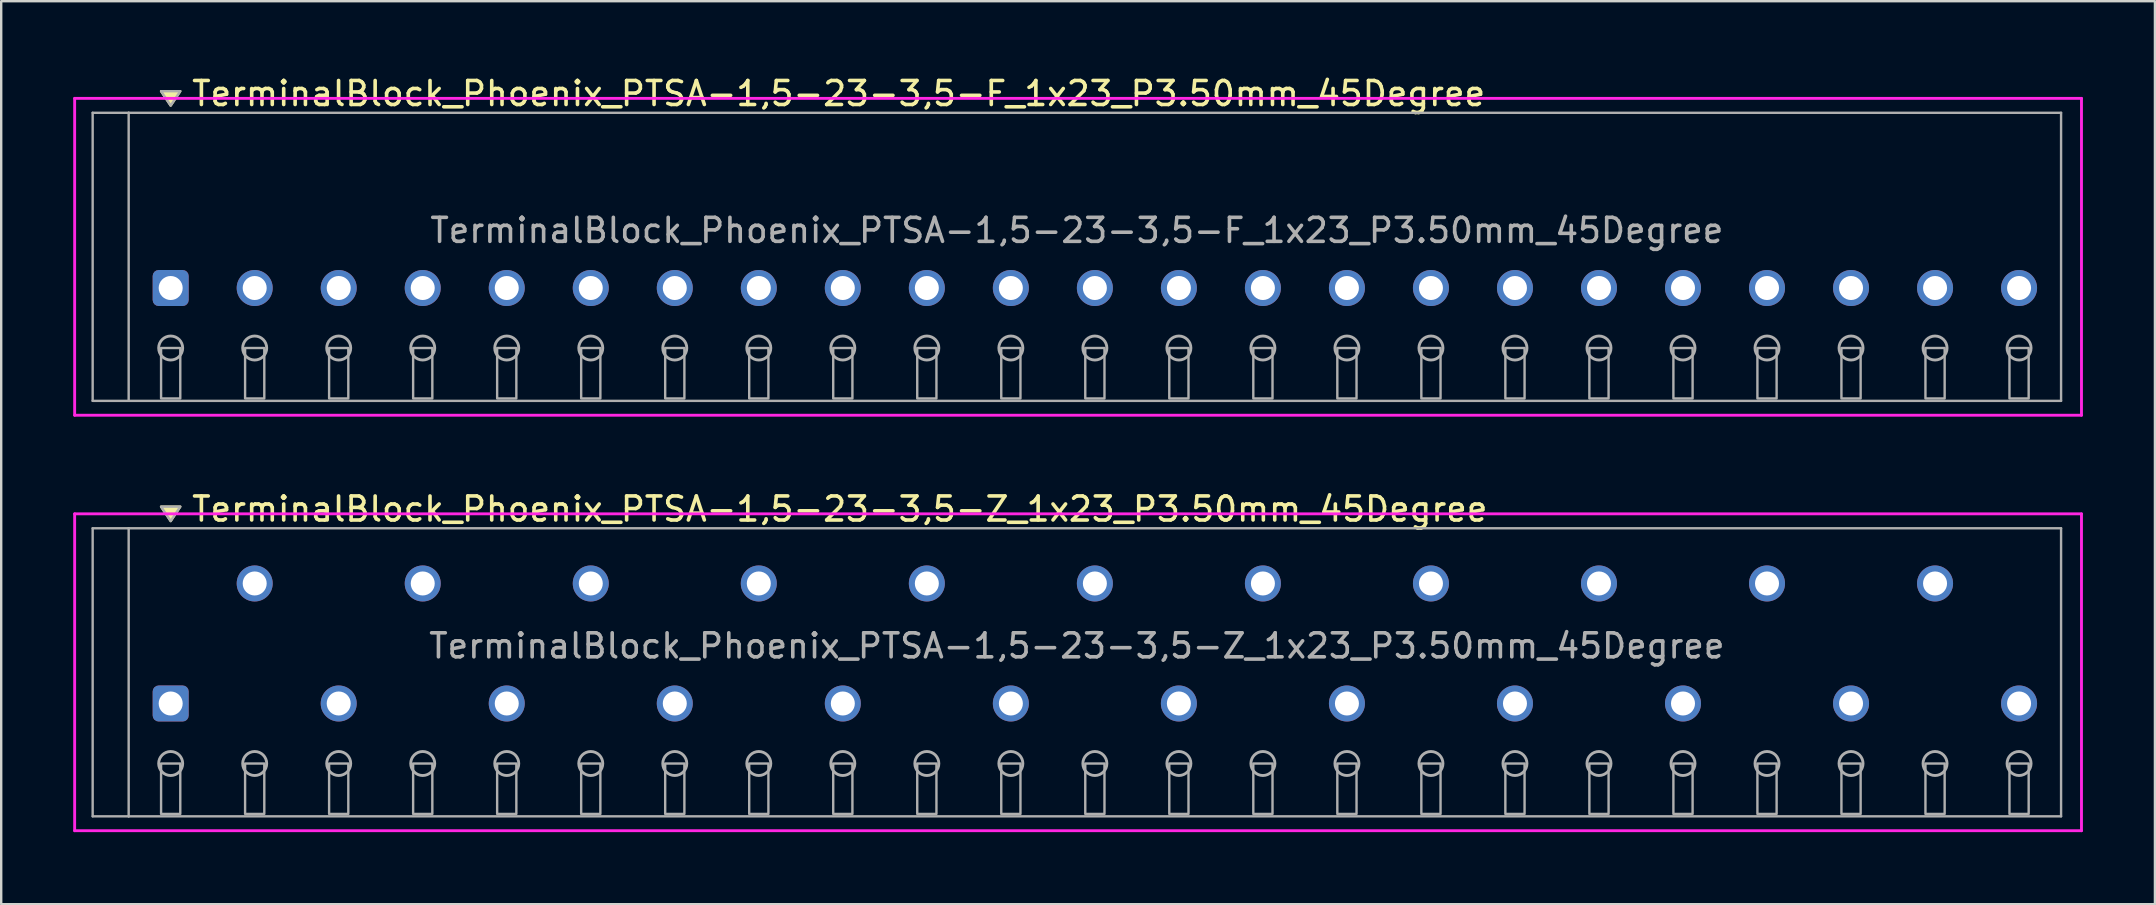
<source format=kicad_pcb>
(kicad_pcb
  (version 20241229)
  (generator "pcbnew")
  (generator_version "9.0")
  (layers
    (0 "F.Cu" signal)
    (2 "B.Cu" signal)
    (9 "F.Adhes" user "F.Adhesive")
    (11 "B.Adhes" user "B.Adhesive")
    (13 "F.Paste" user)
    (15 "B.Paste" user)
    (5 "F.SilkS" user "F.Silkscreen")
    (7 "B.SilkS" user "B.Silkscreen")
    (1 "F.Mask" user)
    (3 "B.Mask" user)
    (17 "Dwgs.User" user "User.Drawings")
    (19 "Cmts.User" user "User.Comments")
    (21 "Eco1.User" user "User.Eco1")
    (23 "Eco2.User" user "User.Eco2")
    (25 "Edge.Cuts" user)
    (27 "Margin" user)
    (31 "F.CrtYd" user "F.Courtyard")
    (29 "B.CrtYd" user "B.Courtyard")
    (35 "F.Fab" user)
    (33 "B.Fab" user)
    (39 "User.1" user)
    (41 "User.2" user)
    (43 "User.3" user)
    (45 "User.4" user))
  (footprint "TerminalBlock_Phoenix_PTSA-1,5-23-3,5-F_1x23_P3.50mm_45Degree"
    (layer "F.Cu")
    (at 4.06 8.948)
    (property "Reference" "TerminalBlock_Phoenix_PTSA-1,5-23-3,5-F_1x23_P3.50mm_45Degree" (at 0.8 -8.1 0) (layer "F.SilkS") (effects (font (size 1 1) (thickness 0.15)) (justify left)))
    (attr through_hole)
    (fp_poly (pts (xy 0 -7.6) (xy -0.4 -8.2) (xy 0.4 -8.2)) (stroke (width 0.1) (type solid)) (fill yes) (layer "F.SilkS"))
    (fp_line (start -4 -7.9) (end 79.6 -7.9) (stroke (width 0.12) (type solid)) (layer "F.CrtYd"))
    (fp_line (start -4 5.3) (end -4 -7.9) (stroke (width 0.12) (type solid)) (layer "F.CrtYd"))
    (fp_line (start 79.6 -7.9) (end 79.6 5.3) (stroke (width 0.12) (type solid)) (layer "F.CrtYd"))
    (fp_line (start 79.6 5.3) (end -4 5.3) (stroke (width 0.12) (type solid)) (layer "F.CrtYd"))
    (fp_line (start -3.25 -7.3) (end -1.75 -7.3) (stroke (width 0.1) (type solid)) (layer "F.Fab"))
    (fp_line (start -3.25 4.7) (end -3.25 -7.3) (stroke (width 0.1) (type solid)) (layer "F.Fab"))
    (fp_line (start -1.75 -7.3) (end -1.75 4.7) (stroke (width 0.1) (type solid)) (layer "F.Fab"))
    (fp_line (start -1.75 4.7) (end -3.25 4.7) (stroke (width 0.1) (type solid)) (layer "F.Fab"))
    (fp_line (start -1.75 4.7) (end 78.75 4.7) (stroke (width 0.1) (type solid)) (layer "F.Fab"))
    (fp_line (start 78.75 -7.3) (end -1.75 -7.3) (stroke (width 0.1) (type solid)) (layer "F.Fab"))
    (fp_line (start 78.75 4.7) (end 78.75 -7.3) (stroke (width 0.1) (type solid)) (layer "F.Fab"))
    (fp_circle (center 0 2.5) (end -0.5 2.5) (stroke (width 0.12) (type solid)) (fill no) (layer "F.Fab"))
    (fp_circle (center 3.5 2.5) (end 3 2.5) (stroke (width 0.12) (type solid)) (fill no) (layer "F.Fab"))
    (fp_circle (center 7 2.5) (end 6.5 2.5) (stroke (width 0.12) (type solid)) (fill no) (layer "F.Fab"))
    (fp_circle (center 10.5 2.5) (end 10 2.5) (stroke (width 0.12) (type solid)) (fill no) (layer "F.Fab"))
    (fp_circle (center 14 2.5) (end 13.5 2.5) (stroke (width 0.12) (type solid)) (fill no) (layer "F.Fab"))
    (fp_circle (center 17.5 2.5) (end 17 2.5) (stroke (width 0.12) (type solid)) (fill no) (layer "F.Fab"))
    (fp_circle (center 21 2.5) (end 20.5 2.5) (stroke (width 0.12) (type solid)) (fill no) (layer "F.Fab"))
    (fp_circle (center 24.5 2.5) (end 24 2.5) (stroke (width 0.12) (type solid)) (fill no) (layer "F.Fab"))
    (fp_circle (center 28 2.5) (end 27.5 2.5) (stroke (width 0.12) (type solid)) (fill no) (layer "F.Fab"))
    (fp_circle (center 31.5 2.5) (end 31 2.5) (stroke (width 0.12) (type solid)) (fill no) (layer "F.Fab"))
    (fp_circle (center 35 2.5) (end 34.5 2.5) (stroke (width 0.12) (type solid)) (fill no) (layer "F.Fab"))
    (fp_circle (center 38.5 2.5) (end 38 2.5) (stroke (width 0.12) (type solid)) (fill no) (layer "F.Fab"))
    (fp_circle (center 42 2.5) (end 41.5 2.5) (stroke (width 0.12) (type solid)) (fill no) (layer "F.Fab"))
    (fp_circle (center 45.5 2.5) (end 45 2.5) (stroke (width 0.12) (type solid)) (fill no) (layer "F.Fab"))
    (fp_circle (center 49 2.5) (end 48.5 2.5) (stroke (width 0.12) (type solid)) (fill no) (layer "F.Fab"))
    (fp_circle (center 52.5 2.5) (end 52 2.5) (stroke (width 0.12) (type solid)) (fill no) (layer "F.Fab"))
    (fp_circle (center 56 2.5) (end 55.5 2.5) (stroke (width 0.12) (type solid)) (fill no) (layer "F.Fab"))
    (fp_circle (center 59.5 2.5) (end 59 2.5) (stroke (width 0.12) (type solid)) (fill no) (layer "F.Fab"))
    (fp_circle (center 63 2.5) (end 62.5 2.5) (stroke (width 0.12) (type solid)) (fill no) (layer "F.Fab"))
    (fp_circle (center 66.5 2.5) (end 66 2.5) (stroke (width 0.12) (type solid)) (fill no) (layer "F.Fab"))
    (fp_circle (center 70 2.5) (end 69.5 2.5) (stroke (width 0.12) (type solid)) (fill no) (layer "F.Fab"))
    (fp_circle (center 73.5 2.5) (end 73 2.5) (stroke (width 0.12) (type solid)) (fill no) (layer "F.Fab"))
    (fp_circle (center 77 2.5) (end 76.5 2.5) (stroke (width 0.12) (type solid)) (fill no) (layer "F.Fab"))
    (fp_poly (pts (xy 0 -7.6) (xy -0.4 -8.2) (xy 0.4 -8.2)) (stroke (width 0.1) (type solid)) (fill no) (layer "F.Fab"))
    (fp_poly (pts (xy -0.4 2.5) (xy -0.4 4.6) (xy 0.4 4.6) (xy 0.4 2.5)) (stroke (width 0.1) (type solid)) (fill no) (layer "F.Fab"))
    (fp_poly (pts (xy 3.1 2.5) (xy 3.1 4.6) (xy 3.9 4.6) (xy 3.9 2.5)) (stroke (width 0.1) (type solid)) (fill no) (layer "F.Fab"))
    (fp_poly (pts (xy 6.6 2.5) (xy 6.6 4.6) (xy 7.4 4.6) (xy 7.4 2.5)) (stroke (width 0.1) (type solid)) (fill no) (layer "F.Fab"))
    (fp_poly (pts (xy 10.1 2.5) (xy 10.1 4.6) (xy 10.9 4.6) (xy 10.9 2.5)) (stroke (width 0.1) (type solid)) (fill no) (layer "F.Fab"))
    (fp_poly (pts (xy 13.6 2.5) (xy 13.6 4.6) (xy 14.4 4.6) (xy 14.4 2.5)) (stroke (width 0.1) (type solid)) (fill no) (layer "F.Fab"))
    (fp_poly (pts (xy 17.1 2.5) (xy 17.1 4.6) (xy 17.9 4.6) (xy 17.9 2.5)) (stroke (width 0.1) (type solid)) (fill no) (layer "F.Fab"))
    (fp_poly (pts (xy 20.6 2.5) (xy 20.6 4.6) (xy 21.4 4.6) (xy 21.4 2.5)) (stroke (width 0.1) (type solid)) (fill no) (layer "F.Fab"))
    (fp_poly (pts (xy 24.1 2.5) (xy 24.1 4.6) (xy 24.9 4.6) (xy 24.9 2.5)) (stroke (width 0.1) (type solid)) (fill no) (layer "F.Fab"))
    (fp_poly (pts (xy 27.6 2.5) (xy 27.6 4.6) (xy 28.4 4.6) (xy 28.4 2.5)) (stroke (width 0.1) (type solid)) (fill no) (layer "F.Fab"))
    (fp_poly (pts (xy 31.1 2.5) (xy 31.1 4.6) (xy 31.9 4.6) (xy 31.9 2.5)) (stroke (width 0.1) (type solid)) (fill no) (layer "F.Fab"))
    (fp_poly (pts (xy 34.6 2.5) (xy 34.6 4.6) (xy 35.4 4.6) (xy 35.4 2.5)) (stroke (width 0.1) (type solid)) (fill no) (layer "F.Fab"))
    (fp_poly (pts (xy 38.1 2.5) (xy 38.1 4.6) (xy 38.9 4.6) (xy 38.9 2.5)) (stroke (width 0.1) (type solid)) (fill no) (layer "F.Fab"))
    (fp_poly (pts (xy 41.6 2.5) (xy 41.6 4.6) (xy 42.4 4.6) (xy 42.4 2.5)) (stroke (width 0.1) (type solid)) (fill no) (layer "F.Fab"))
    (fp_poly (pts (xy 45.1 2.5) (xy 45.1 4.6) (xy 45.9 4.6) (xy 45.9 2.5)) (stroke (width 0.1) (type solid)) (fill no) (layer "F.Fab"))
    (fp_poly (pts (xy 48.6 2.5) (xy 48.6 4.6) (xy 49.4 4.6) (xy 49.4 2.5)) (stroke (width 0.1) (type solid)) (fill no) (layer "F.Fab"))
    (fp_poly (pts (xy 52.1 2.5) (xy 52.1 4.6) (xy 52.9 4.6) (xy 52.9 2.5)) (stroke (width 0.1) (type solid)) (fill no) (layer "F.Fab"))
    (fp_poly (pts (xy 55.6 2.5) (xy 55.6 4.6) (xy 56.4 4.6) (xy 56.4 2.5)) (stroke (width 0.1) (type solid)) (fill no) (layer "F.Fab"))
    (fp_poly (pts (xy 59.1 2.5) (xy 59.1 4.6) (xy 59.9 4.6) (xy 59.9 2.5)) (stroke (width 0.1) (type solid)) (fill no) (layer "F.Fab"))
    (fp_poly (pts (xy 62.6 2.5) (xy 62.6 4.6) (xy 63.4 4.6) (xy 63.4 2.5)) (stroke (width 0.1) (type solid)) (fill no) (layer "F.Fab"))
    (fp_poly (pts (xy 66.1 2.5) (xy 66.1 4.6) (xy 66.9 4.6) (xy 66.9 2.5)) (stroke (width 0.1) (type solid)) (fill no) (layer "F.Fab"))
    (fp_poly (pts (xy 69.6 2.5) (xy 69.6 4.6) (xy 70.4 4.6) (xy 70.4 2.5)) (stroke (width 0.1) (type solid)) (fill no) (layer "F.Fab"))
    (fp_poly (pts (xy 73.1 2.5) (xy 73.1 4.6) (xy 73.9 4.6) (xy 73.9 2.5)) (stroke (width 0.1) (type solid)) (fill no) (layer "F.Fab"))
    (fp_poly (pts (xy 76.6 2.5) (xy 76.6 4.6) (xy 77.4 4.6) (xy 77.4 2.5)) (stroke (width 0.1) (type solid)) (fill no) (layer "F.Fab"))
    (fp_text user "${REFERENCE}" (at 37.75 -2.4 0) (layer "F.Fab") (effects (font (size 1 1) (thickness 0.15))))
    (pad "1" thru_hole roundrect (at 0 0) (size 1.5 1.5) (drill 1) (layers "*.Cu" "*.Mask") (roundrect_rratio 0.167))
    (pad "2" thru_hole oval (at 3.5 0) (size 1.5 1.5) (drill 1) (layers "*.Cu" "*.Mask"))
    (pad "3" thru_hole oval (at 7 0) (size 1.5 1.5) (drill 1) (layers "*.Cu" "*.Mask"))
    (pad "4" thru_hole oval (at 10.5 0) (size 1.5 1.5) (drill 1) (layers "*.Cu" "*.Mask"))
    (pad "5" thru_hole oval (at 14 0) (size 1.5 1.5) (drill 1) (layers "*.Cu" "*.Mask"))
    (pad "6" thru_hole oval (at 17.5 0) (size 1.5 1.5) (drill 1) (layers "*.Cu" "*.Mask"))
    (pad "7" thru_hole oval (at 21 0) (size 1.5 1.5) (drill 1) (layers "*.Cu" "*.Mask"))
    (pad "8" thru_hole oval (at 24.5 0) (size 1.5 1.5) (drill 1) (layers "*.Cu" "*.Mask"))
    (pad "9" thru_hole oval (at 28 0) (size 1.5 1.5) (drill 1) (layers "*.Cu" "*.Mask"))
    (pad "10" thru_hole oval (at 31.5 0) (size 1.5 1.5) (drill 1) (layers "*.Cu" "*.Mask"))
    (pad "11" thru_hole oval (at 35 0) (size 1.5 1.5) (drill 1) (layers "*.Cu" "*.Mask"))
    (pad "12" thru_hole oval (at 38.5 0) (size 1.5 1.5) (drill 1) (layers "*.Cu" "*.Mask"))
    (pad "13" thru_hole oval (at 42 0) (size 1.5 1.5) (drill 1) (layers "*.Cu" "*.Mask"))
    (pad "14" thru_hole oval (at 45.5 0) (size 1.5 1.5) (drill 1) (layers "*.Cu" "*.Mask"))
    (pad "15" thru_hole oval (at 49 0) (size 1.5 1.5) (drill 1) (layers "*.Cu" "*.Mask"))
    (pad "16" thru_hole oval (at 52.5 0) (size 1.5 1.5) (drill 1) (layers "*.Cu" "*.Mask"))
    (pad "17" thru_hole oval (at 56 0) (size 1.5 1.5) (drill 1) (layers "*.Cu" "*.Mask"))
    (pad "18" thru_hole oval (at 59.5 0) (size 1.5 1.5) (drill 1) (layers "*.Cu" "*.Mask"))
    (pad "19" thru_hole oval (at 63 0) (size 1.5 1.5) (drill 1) (layers "*.Cu" "*.Mask"))
    (pad "20" thru_hole oval (at 66.5 0) (size 1.5 1.5) (drill 1) (layers "*.Cu" "*.Mask"))
    (pad "21" thru_hole oval (at 70 0) (size 1.5 1.5) (drill 1) (layers "*.Cu" "*.Mask"))
    (pad "22" thru_hole oval (at 73.5 0) (size 1.5 1.5) (drill 1) (layers "*.Cu" "*.Mask"))
    (pad "23" thru_hole oval (at 77 0) (size 1.5 1.5) (drill 1) (layers "*.Cu" "*.Mask")))
  (footprint "TerminalBlock_Phoenix_PTSA-1,5-23-3,5-Z_1x23_P3.50mm_45Degree"
    (layer "F.Cu")
    (at 4.06 26.256)
    (property "Reference" "TerminalBlock_Phoenix_PTSA-1,5-23-3,5-Z_1x23_P3.50mm_45Degree" (at 0.8 -8.1 0) (layer "F.SilkS") (effects (font (size 1 1) (thickness 0.15)) (justify left)))
    (attr through_hole)
    (fp_poly (pts (xy 0 -7.6) (xy -0.4 -8.2) (xy 0.4 -8.2)) (stroke (width 0.1) (type solid)) (fill yes) (layer "F.SilkS"))
    (fp_line (start -4 -7.9) (end 79.6 -7.9) (stroke (width 0.12) (type solid)) (layer "F.CrtYd"))
    (fp_line (start -4 5.3) (end -4 -7.9) (stroke (width 0.12) (type solid)) (layer "F.CrtYd"))
    (fp_line (start 79.6 -7.9) (end 79.6 5.3) (stroke (width 0.12) (type solid)) (layer "F.CrtYd"))
    (fp_line (start 79.6 5.3) (end -4 5.3) (stroke (width 0.12) (type solid)) (layer "F.CrtYd"))
    (fp_line (start -3.25 -7.3) (end -1.75 -7.3) (stroke (width 0.1) (type solid)) (layer "F.Fab"))
    (fp_line (start -3.25 4.7) (end -3.25 -7.3) (stroke (width 0.1) (type solid)) (layer "F.Fab"))
    (fp_line (start -1.75 -7.3) (end -1.75 4.7) (stroke (width 0.1) (type solid)) (layer "F.Fab"))
    (fp_line (start -1.75 4.7) (end -3.25 4.7) (stroke (width 0.1) (type solid)) (layer "F.Fab"))
    (fp_line (start -1.75 4.7) (end 78.75 4.7) (stroke (width 0.1) (type solid)) (layer "F.Fab"))
    (fp_line (start 78.75 -7.3) (end -1.75 -7.3) (stroke (width 0.1) (type solid)) (layer "F.Fab"))
    (fp_line (start 78.75 4.7) (end 78.75 -7.3) (stroke (width 0.1) (type solid)) (layer "F.Fab"))
    (fp_circle (center 0 2.5) (end -0.5 2.5) (stroke (width 0.12) (type solid)) (fill no) (layer "F.Fab"))
    (fp_circle (center 3.5 2.5) (end 3 2.5) (stroke (width 0.12) (type solid)) (fill no) (layer "F.Fab"))
    (fp_circle (center 7 2.5) (end 6.5 2.5) (stroke (width 0.12) (type solid)) (fill no) (layer "F.Fab"))
    (fp_circle (center 10.5 2.5) (end 10 2.5) (stroke (width 0.12) (type solid)) (fill no) (layer "F.Fab"))
    (fp_circle (center 14 2.5) (end 13.5 2.5) (stroke (width 0.12) (type solid)) (fill no) (layer "F.Fab"))
    (fp_circle (center 17.5 2.5) (end 17 2.5) (stroke (width 0.12) (type solid)) (fill no) (layer "F.Fab"))
    (fp_circle (center 21 2.5) (end 20.5 2.5) (stroke (width 0.12) (type solid)) (fill no) (layer "F.Fab"))
    (fp_circle (center 24.5 2.5) (end 24 2.5) (stroke (width 0.12) (type solid)) (fill no) (layer "F.Fab"))
    (fp_circle (center 28 2.5) (end 27.5 2.5) (stroke (width 0.12) (type solid)) (fill no) (layer "F.Fab"))
    (fp_circle (center 31.5 2.5) (end 31 2.5) (stroke (width 0.12) (type solid)) (fill no) (layer "F.Fab"))
    (fp_circle (center 35 2.5) (end 34.5 2.5) (stroke (width 0.12) (type solid)) (fill no) (layer "F.Fab"))
    (fp_circle (center 38.5 2.5) (end 38 2.5) (stroke (width 0.12) (type solid)) (fill no) (layer "F.Fab"))
    (fp_circle (center 42 2.5) (end 41.5 2.5) (stroke (width 0.12) (type solid)) (fill no) (layer "F.Fab"))
    (fp_circle (center 45.5 2.5) (end 45 2.5) (stroke (width 0.12) (type solid)) (fill no) (layer "F.Fab"))
    (fp_circle (center 49 2.5) (end 48.5 2.5) (stroke (width 0.12) (type solid)) (fill no) (layer "F.Fab"))
    (fp_circle (center 52.5 2.5) (end 52 2.5) (stroke (width 0.12) (type solid)) (fill no) (layer "F.Fab"))
    (fp_circle (center 56 2.5) (end 55.5 2.5) (stroke (width 0.12) (type solid)) (fill no) (layer "F.Fab"))
    (fp_circle (center 59.5 2.5) (end 59 2.5) (stroke (width 0.12) (type solid)) (fill no) (layer "F.Fab"))
    (fp_circle (center 63 2.5) (end 62.5 2.5) (stroke (width 0.12) (type solid)) (fill no) (layer "F.Fab"))
    (fp_circle (center 66.5 2.5) (end 66 2.5) (stroke (width 0.12) (type solid)) (fill no) (layer "F.Fab"))
    (fp_circle (center 70 2.5) (end 69.5 2.5) (stroke (width 0.12) (type solid)) (fill no) (layer "F.Fab"))
    (fp_circle (center 73.5 2.5) (end 73 2.5) (stroke (width 0.12) (type solid)) (fill no) (layer "F.Fab"))
    (fp_circle (center 77 2.5) (end 76.5 2.5) (stroke (width 0.12) (type solid)) (fill no) (layer "F.Fab"))
    (fp_poly (pts (xy 0 -7.6) (xy -0.4 -8.2) (xy 0.4 -8.2)) (stroke (width 0.1) (type solid)) (fill no) (layer "F.Fab"))
    (fp_poly (pts (xy -0.4 2.5) (xy -0.4 4.6) (xy 0.4 4.6) (xy 0.4 2.5)) (stroke (width 0.1) (type solid)) (fill no) (layer "F.Fab"))
    (fp_poly (pts (xy 3.1 2.5) (xy 3.1 4.6) (xy 3.9 4.6) (xy 3.9 2.5)) (stroke (width 0.1) (type solid)) (fill no) (layer "F.Fab"))
    (fp_poly (pts (xy 6.6 2.5) (xy 6.6 4.6) (xy 7.4 4.6) (xy 7.4 2.5)) (stroke (width 0.1) (type solid)) (fill no) (layer "F.Fab"))
    (fp_poly (pts (xy 10.1 2.5) (xy 10.1 4.6) (xy 10.9 4.6) (xy 10.9 2.5)) (stroke (width 0.1) (type solid)) (fill no) (layer "F.Fab"))
    (fp_poly (pts (xy 13.6 2.5) (xy 13.6 4.6) (xy 14.4 4.6) (xy 14.4 2.5)) (stroke (width 0.1) (type solid)) (fill no) (layer "F.Fab"))
    (fp_poly (pts (xy 17.1 2.5) (xy 17.1 4.6) (xy 17.9 4.6) (xy 17.9 2.5)) (stroke (width 0.1) (type solid)) (fill no) (layer "F.Fab"))
    (fp_poly (pts (xy 20.6 2.5) (xy 20.6 4.6) (xy 21.4 4.6) (xy 21.4 2.5)) (stroke (width 0.1) (type solid)) (fill no) (layer "F.Fab"))
    (fp_poly (pts (xy 24.1 2.5) (xy 24.1 4.6) (xy 24.9 4.6) (xy 24.9 2.5)) (stroke (width 0.1) (type solid)) (fill no) (layer "F.Fab"))
    (fp_poly (pts (xy 27.6 2.5) (xy 27.6 4.6) (xy 28.4 4.6) (xy 28.4 2.5)) (stroke (width 0.1) (type solid)) (fill no) (layer "F.Fab"))
    (fp_poly (pts (xy 31.1 2.5) (xy 31.1 4.6) (xy 31.9 4.6) (xy 31.9 2.5)) (stroke (width 0.1) (type solid)) (fill no) (layer "F.Fab"))
    (fp_poly (pts (xy 34.6 2.5) (xy 34.6 4.6) (xy 35.4 4.6) (xy 35.4 2.5)) (stroke (width 0.1) (type solid)) (fill no) (layer "F.Fab"))
    (fp_poly (pts (xy 38.1 2.5) (xy 38.1 4.6) (xy 38.9 4.6) (xy 38.9 2.5)) (stroke (width 0.1) (type solid)) (fill no) (layer "F.Fab"))
    (fp_poly (pts (xy 41.6 2.5) (xy 41.6 4.6) (xy 42.4 4.6) (xy 42.4 2.5)) (stroke (width 0.1) (type solid)) (fill no) (layer "F.Fab"))
    (fp_poly (pts (xy 45.1 2.5) (xy 45.1 4.6) (xy 45.9 4.6) (xy 45.9 2.5)) (stroke (width 0.1) (type solid)) (fill no) (layer "F.Fab"))
    (fp_poly (pts (xy 48.6 2.5) (xy 48.6 4.6) (xy 49.4 4.6) (xy 49.4 2.5)) (stroke (width 0.1) (type solid)) (fill no) (layer "F.Fab"))
    (fp_poly (pts (xy 52.1 2.5) (xy 52.1 4.6) (xy 52.9 4.6) (xy 52.9 2.5)) (stroke (width 0.1) (type solid)) (fill no) (layer "F.Fab"))
    (fp_poly (pts (xy 55.6 2.5) (xy 55.6 4.6) (xy 56.4 4.6) (xy 56.4 2.5)) (stroke (width 0.1) (type solid)) (fill no) (layer "F.Fab"))
    (fp_poly (pts (xy 59.1 2.5) (xy 59.1 4.6) (xy 59.9 4.6) (xy 59.9 2.5)) (stroke (width 0.1) (type solid)) (fill no) (layer "F.Fab"))
    (fp_poly (pts (xy 62.6 2.5) (xy 62.6 4.6) (xy 63.4 4.6) (xy 63.4 2.5)) (stroke (width 0.1) (type solid)) (fill no) (layer "F.Fab"))
    (fp_poly (pts (xy 66.1 2.5) (xy 66.1 4.6) (xy 66.9 4.6) (xy 66.9 2.5)) (stroke (width 0.1) (type solid)) (fill no) (layer "F.Fab"))
    (fp_poly (pts (xy 69.6 2.5) (xy 69.6 4.6) (xy 70.4 4.6) (xy 70.4 2.5)) (stroke (width 0.1) (type solid)) (fill no) (layer "F.Fab"))
    (fp_poly (pts (xy 73.1 2.5) (xy 73.1 4.6) (xy 73.9 4.6) (xy 73.9 2.5)) (stroke (width 0.1) (type solid)) (fill no) (layer "F.Fab"))
    (fp_poly (pts (xy 76.6 2.5) (xy 76.6 4.6) (xy 77.4 4.6) (xy 77.4 2.5)) (stroke (width 0.1) (type solid)) (fill no) (layer "F.Fab"))
    (fp_text user "${REFERENCE}" (at 37.75 -2.4 0) (layer "F.Fab") (effects (font (size 1 1) (thickness 0.15))))
    (pad "1" thru_hole roundrect (at 0 0) (size 1.5 1.5) (drill 1) (layers "*.Cu" "*.Mask") (roundrect_rratio 0.167))
    (pad "2" thru_hole oval (at 3.5 -5) (size 1.5 1.5) (drill 1) (layers "*.Cu" "*.Mask"))
    (pad "3" thru_hole oval (at 7 0) (size 1.5 1.5) (drill 1) (layers "*.Cu" "*.Mask"))
    (pad "4" thru_hole oval (at 10.5 -5) (size 1.5 1.5) (drill 1) (layers "*.Cu" "*.Mask"))
    (pad "5" thru_hole oval (at 14 0) (size 1.5 1.5) (drill 1) (layers "*.Cu" "*.Mask"))
    (pad "6" thru_hole oval (at 17.5 -5) (size 1.5 1.5) (drill 1) (layers "*.Cu" "*.Mask"))
    (pad "7" thru_hole oval (at 21 0) (size 1.5 1.5) (drill 1) (layers "*.Cu" "*.Mask"))
    (pad "8" thru_hole oval (at 24.5 -5) (size 1.5 1.5) (drill 1) (layers "*.Cu" "*.Mask"))
    (pad "9" thru_hole oval (at 28 0) (size 1.5 1.5) (drill 1) (layers "*.Cu" "*.Mask"))
    (pad "10" thru_hole oval (at 31.5 -5) (size 1.5 1.5) (drill 1) (layers "*.Cu" "*.Mask"))
    (pad "11" thru_hole oval (at 35 0) (size 1.5 1.5) (drill 1) (layers "*.Cu" "*.Mask"))
    (pad "12" thru_hole oval (at 38.5 -5) (size 1.5 1.5) (drill 1) (layers "*.Cu" "*.Mask"))
    (pad "13" thru_hole oval (at 42 0) (size 1.5 1.5) (drill 1) (layers "*.Cu" "*.Mask"))
    (pad "14" thru_hole oval (at 45.5 -5) (size 1.5 1.5) (drill 1) (layers "*.Cu" "*.Mask"))
    (pad "15" thru_hole oval (at 49 0) (size 1.5 1.5) (drill 1) (layers "*.Cu" "*.Mask"))
    (pad "16" thru_hole oval (at 52.5 -5) (size 1.5 1.5) (drill 1) (layers "*.Cu" "*.Mask"))
    (pad "17" thru_hole oval (at 56 0) (size 1.5 1.5) (drill 1) (layers "*.Cu" "*.Mask"))
    (pad "18" thru_hole oval (at 59.5 -5) (size 1.5 1.5) (drill 1) (layers "*.Cu" "*.Mask"))
    (pad "19" thru_hole oval (at 63 0) (size 1.5 1.5) (drill 1) (layers "*.Cu" "*.Mask"))
    (pad "20" thru_hole oval (at 66.5 -5) (size 1.5 1.5) (drill 1) (layers "*.Cu" "*.Mask"))
    (pad "21" thru_hole oval (at 70 0) (size 1.5 1.5) (drill 1) (layers "*.Cu" "*.Mask"))
    (pad "22" thru_hole oval (at 73.5 -5) (size 1.5 1.5) (drill 1) (layers "*.Cu" "*.Mask"))
    (pad "23" thru_hole oval (at 77 0) (size 1.5 1.5) (drill 1) (layers "*.Cu" "*.Mask")))
  (gr_rect
    (start -3 -3)
    (end 86.72 34.617)
    (stroke (width 0.1) (type default))
    (fill no)
    (layer "Edge.Cuts")))
</source>
